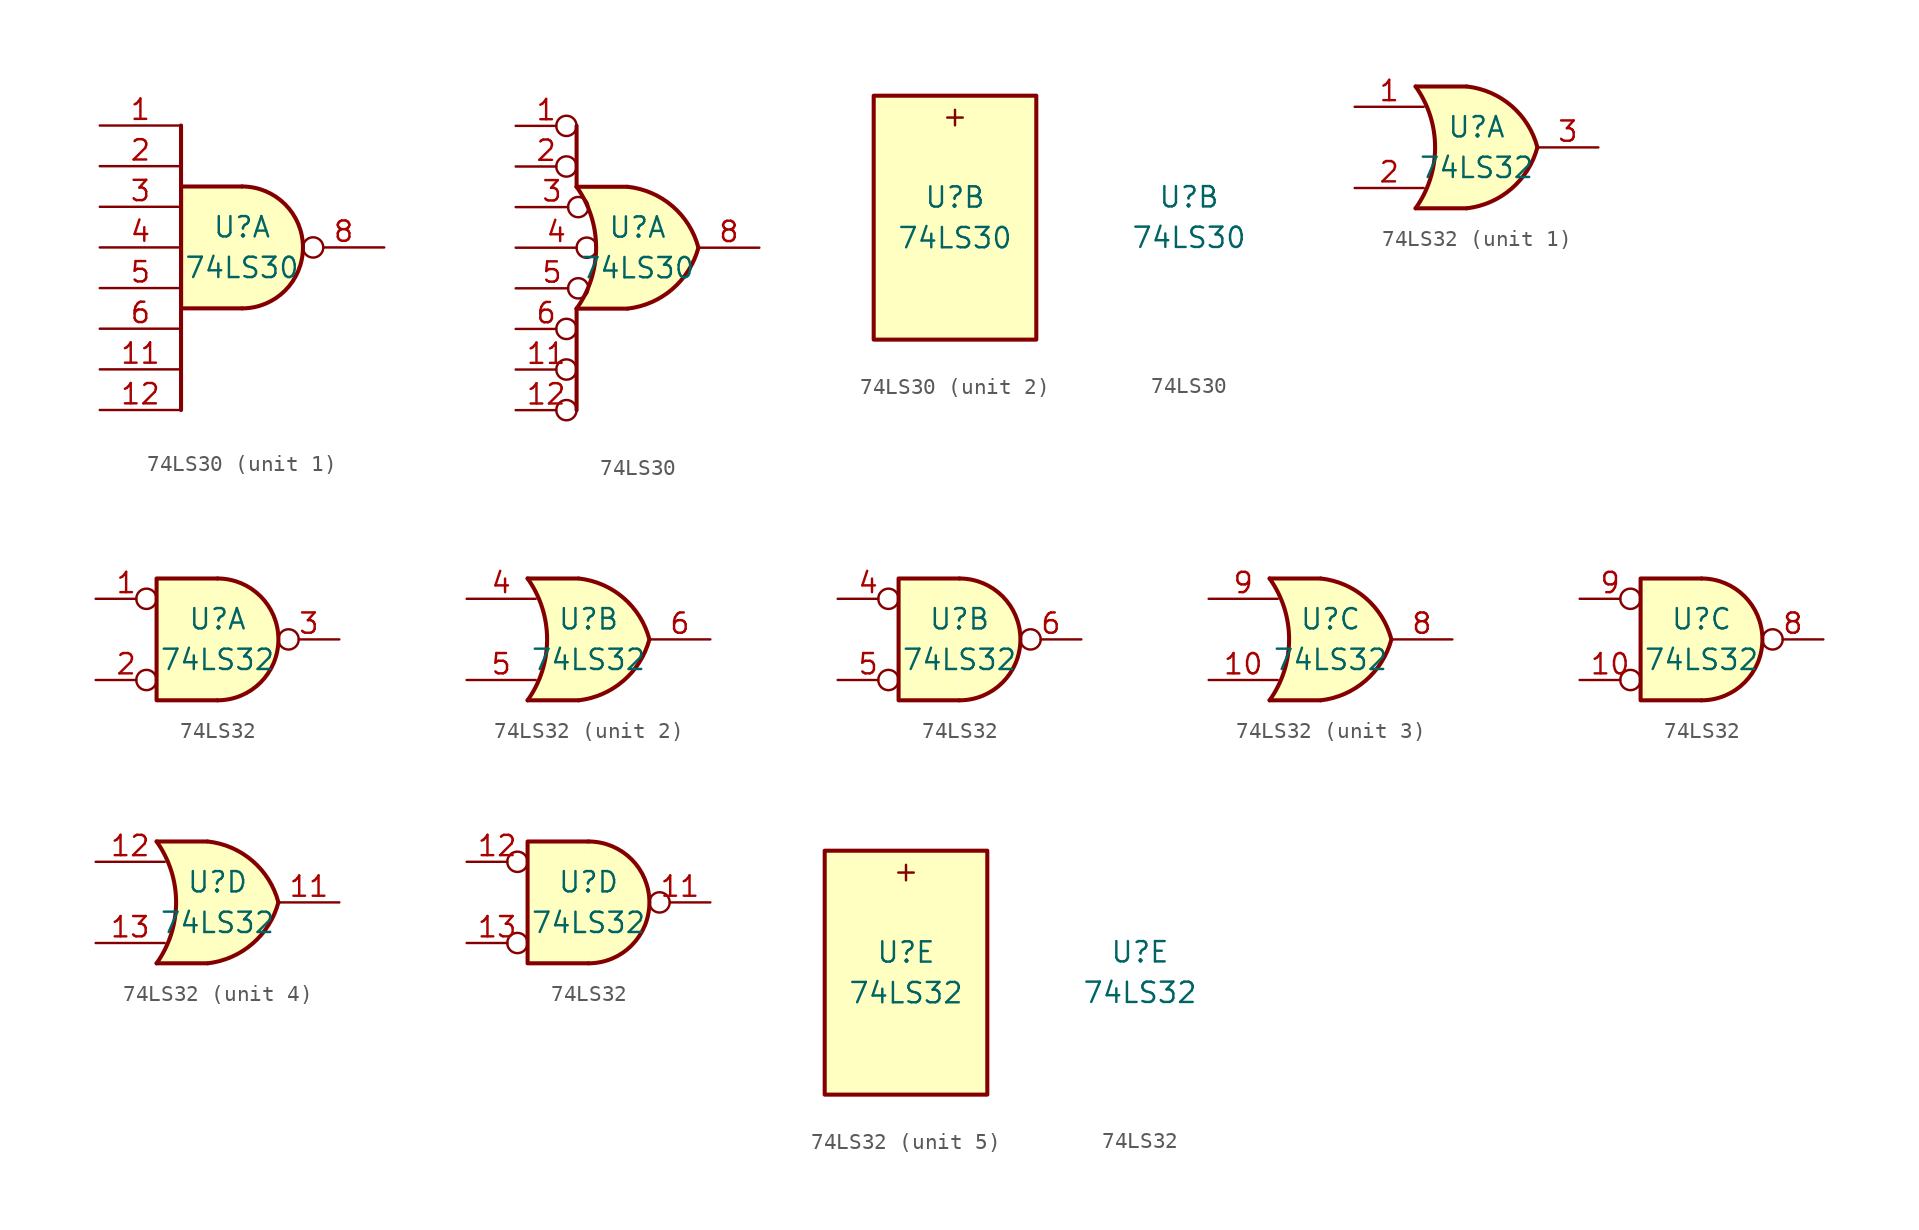
<source format=kicad_sym>
(kicad_symbol_lib
  (version 20231120)
  (generator "kicad_symbol_editor")
  (generator_version "8.0")
  (symbol "74LS30"
    (pin_names
      (offset 1.016))
    (property "Reference" "U"
      (at 0 1.27 0)
      (effects (font (size 1.27 1.27))))
    (property "Value" "74LS30"
      (at 0 -1.27 0)
      (effects (font (size 1.27 1.27))))
    (property "ki_locked" ""
      (at 0 0 0)
      (effects (font (size 1.27 1.27))))
    (symbol "74LS30_1_1"
      (arc (start 0 -3.81) (mid 3.7934 0) (end 0 3.81) (stroke (width 0.254) (type default)) (fill (type background)))
      (polyline (pts (xy -3.81 7.62) (xy -3.81 -10.16)) (stroke (width 0.254) (type default)) (fill (type none)))
      (polyline (pts (xy 0 3.81) (xy -3.81 3.81) (xy -3.81 -3.81) (xy 0 -3.81)) (stroke (width 0.254) (type default)) (fill (type background)))
      (pin input line (at -8.89 7.62 0) (length 5.08) (name "~" (effects (font (size 1.27 1.27)))) (number "1" (effects (font (size 1.27 1.27)))))
      (pin no_connect line (at 1.27 -7.62 180) (length 5.08) hide (name "" (effects (font (size 1.27 1.27)))) (number "10" (effects (font (size 1.27 1.27)))))
      (pin input line (at -8.89 -7.62 0) (length 5.08) (name "~" (effects (font (size 1.27 1.27)))) (number "11" (effects (font (size 1.27 1.27)))))
      (pin input line (at -8.89 -10.16 0) (length 5.08) (name "~" (effects (font (size 1.27 1.27)))) (number "12" (effects (font (size 1.27 1.27)))))
      (pin no_connect line (at 1.27 -10.16 180) (length 5.08) hide (name "" (effects (font (size 1.27 1.27)))) (number "13" (effects (font (size 1.27 1.27)))))
      (pin input line (at -8.89 5.08 0) (length 5.08) (name "~" (effects (font (size 1.27 1.27)))) (number "2" (effects (font (size 1.27 1.27)))))
      (pin input line (at -8.89 2.54 0) (length 5.08) (name "~" (effects (font (size 1.27 1.27)))) (number "3" (effects (font (size 1.27 1.27)))))
      (pin input line (at -8.89 0 0) (length 5.08) (name "~" (effects (font (size 1.27 1.27)))) (number "4" (effects (font (size 1.27 1.27)))))
      (pin input line (at -8.89 -2.54 0) (length 5.08) (name "~" (effects (font (size 1.27 1.27)))) (number "5" (effects (font (size 1.27 1.27)))))
      (pin input line (at -8.89 -5.08 0) (length 5.08) (name "~" (effects (font (size 1.27 1.27)))) (number "6" (effects (font (size 1.27 1.27)))))
      (pin output inverted (at 8.89 0 180) (length 5.08) (name "~" (effects (font (size 1.27 1.27)))) (number "8" (effects (font (size 1.27 1.27)))))
      (pin no_connect line (at 1.27 -5.08 180) (length 5.08) hide (name "" (effects (font (size 1.27 1.27)))) (number "9" (effects (font (size 1.27 1.27))))))
    (symbol "74LS30_1_2"
      (arc (start -3.81 -3.81) (mid -2.589 0) (end -3.81 3.81) (stroke (width 0.254) (type default)) (fill (type none)))
      (arc (start -0.6096 -3.81) (mid 2.1842 -2.5851) (end 3.81 0) (stroke (width 0.254) (type default)) (fill (type background)))
      (polyline (pts (xy -3.81 -3.81) (xy -3.81 -10.16)) (stroke (width 0.254) (type default)) (fill (type none)))
      (polyline (pts (xy -3.81 -3.81) (xy -0.635 -3.81)) (stroke (width 0.254) (type default)) (fill (type background)))
      (polyline (pts (xy -3.81 3.81) (xy -0.635 3.81)) (stroke (width 0.254) (type default)) (fill (type background)))
      (polyline (pts (xy -3.81 7.62) (xy -3.81 3.81)) (stroke (width 0.254) (type default)) (fill (type none)))
      (polyline (pts (xy -0.635 3.81) (xy -3.81 3.81) (xy -3.81 3.81) (xy -3.556 3.404) (xy -3.023 2.261) (xy -2.692 1.041) (xy -2.616 -0.254) (xy -2.769 -1.499) (xy -3.175 -2.718) (xy -3.81 -3.81) (xy -3.81 -3.81) (xy -0.635 -3.81)) (stroke (width -25.4) (type default)) (fill (type background)))
      (arc (start 3.81 0) (mid 2.1915 2.5936) (end -0.6096 3.81) (stroke (width 0.254) (type default)) (fill (type background)))
      (pin input inverted (at -7.62 7.62 0) (length 3.81) (name "~" (effects (font (size 1.27 1.27)))) (number "1" (effects (font (size 1.27 1.27)))))
      (pin input inverted (at -7.62 -7.62 0) (length 3.81) (name "~" (effects (font (size 1.27 1.27)))) (number "11" (effects (font (size 1.27 1.27)))))
      (pin input inverted (at -7.62 -10.16 0) (length 3.81) (name "~" (effects (font (size 1.27 1.27)))) (number "12" (effects (font (size 1.27 1.27)))))
      (pin input inverted (at -7.62 5.08 0) (length 3.81) (name "~" (effects (font (size 1.27 1.27)))) (number "2" (effects (font (size 1.27 1.27)))))
      (pin input inverted (at -7.62 2.54 0) (length 4.547) (name "~" (effects (font (size 1.27 1.27)))) (number "3" (effects (font (size 1.27 1.27)))))
      (pin input inverted (at -7.62 0 0) (length 5.08) (name "~" (effects (font (size 1.27 1.27)))) (number "4" (effects (font (size 1.27 1.27)))))
      (pin input inverted (at -7.62 -2.54 0) (length 4.547) (name "~" (effects (font (size 1.27 1.27)))) (number "5" (effects (font (size 1.27 1.27)))))
      (pin input inverted (at -7.62 -5.08 0) (length 3.81) (name "~" (effects (font (size 1.27 1.27)))) (number "6" (effects (font (size 1.27 1.27)))))
      (pin output line (at 7.62 0 180) (length 3.81) (name "~" (effects (font (size 1.27 1.27)))) (number "8" (effects (font (size 1.27 1.27))))))
    (symbol "74LS30_2_0"
      (pin power_in line (at 0 7.62 270) (length 5.08) hide (name "VCC" (effects (font (size 1.27 1.27)))) (number "14" (effects (font (size 1.27 1.27)))))
      (pin power_in line (at 0 -7.62 90) (length 5.08) hide (name "GND" (effects (font (size 1.27 1.27)))) (number "7" (effects (font (size 1.27 1.27))))))
    (symbol "74LS30_2_1"
      (rectangle (start -5.08 7.62) (end 5.08 -7.62) (stroke (width 0.254) (type default)) (fill (type background)))
      (text "+" (at 0 6.35 0) (effects (font (size 1.27 1.27))))))
  (symbol "74LS32"
    (pin_names
      (offset 1.016))
    (property "Reference" "U"
      (at 0 1.27 0)
      (effects (font (size 1.27 1.27))))
    (property "Value" "74LS32"
      (at 0 -1.27 0)
      (effects (font (size 1.27 1.27))))
    (property "ki_locked" ""
      (at 0 0 0)
      (effects (font (size 1.27 1.27))))
    (symbol "74LS32_1_1"
      (arc (start -3.81 -3.81) (mid -2.589 0) (end -3.81 3.81) (stroke (width 0.254) (type default)) (fill (type none)))
      (arc (start -0.6096 -3.81) (mid 2.1842 -2.5851) (end 3.81 0) (stroke (width 0.254) (type default)) (fill (type background)))
      (polyline (pts (xy -3.81 -3.81) (xy -0.635 -3.81)) (stroke (width 0.254) (type default)) (fill (type background)))
      (polyline (pts (xy -3.81 3.81) (xy -0.635 3.81)) (stroke (width 0.254) (type default)) (fill (type background)))
      (polyline (pts (xy -0.635 3.81) (xy -3.81 3.81) (xy -3.81 3.81) (xy -3.556 3.404) (xy -3.023 2.261) (xy -2.692 1.041) (xy -2.616 -0.254) (xy -2.769 -1.499) (xy -3.175 -2.718) (xy -3.81 -3.81) (xy -3.81 -3.81) (xy -0.635 -3.81)) (stroke (width -25.4) (type default)) (fill (type background)))
      (arc (start 3.81 0) (mid 2.1915 2.5936) (end -0.6096 3.81) (stroke (width 0.254) (type default)) (fill (type background)))
      (pin input line (at -7.62 2.54 0) (length 4.318) (name "~" (effects (font (size 1.27 1.27)))) (number "1" (effects (font (size 1.27 1.27)))))
      (pin input line (at -7.62 -2.54 0) (length 4.318) (name "~" (effects (font (size 1.27 1.27)))) (number "2" (effects (font (size 1.27 1.27)))))
      (pin output line (at 7.62 0 180) (length 3.81) (name "~" (effects (font (size 1.27 1.27)))) (number "3" (effects (font (size 1.27 1.27))))))
    (symbol "74LS32_1_2"
      (arc (start 0 -3.81) (mid 3.7934 0) (end 0 3.81) (stroke (width 0.254) (type default)) (fill (type background)))
      (polyline (pts (xy 0 3.81) (xy -3.81 3.81) (xy -3.81 -3.81) (xy 0 -3.81)) (stroke (width 0.254) (type default)) (fill (type background)))
      (pin input inverted (at -7.62 2.54 0) (length 3.81) (name "~" (effects (font (size 1.27 1.27)))) (number "1" (effects (font (size 1.27 1.27)))))
      (pin input inverted (at -7.62 -2.54 0) (length 3.81) (name "~" (effects (font (size 1.27 1.27)))) (number "2" (effects (font (size 1.27 1.27)))))
      (pin output inverted (at 7.62 0 180) (length 3.81) (name "~" (effects (font (size 1.27 1.27)))) (number "3" (effects (font (size 1.27 1.27))))))
    (symbol "74LS32_2_1"
      (arc (start -3.81 -3.81) (mid -2.589 0) (end -3.81 3.81) (stroke (width 0.254) (type default)) (fill (type none)))
      (arc (start -0.6096 -3.81) (mid 2.1842 -2.5851) (end 3.81 0) (stroke (width 0.254) (type default)) (fill (type background)))
      (polyline (pts (xy -3.81 -3.81) (xy -0.635 -3.81)) (stroke (width 0.254) (type default)) (fill (type background)))
      (polyline (pts (xy -3.81 3.81) (xy -0.635 3.81)) (stroke (width 0.254) (type default)) (fill (type background)))
      (polyline (pts (xy -0.635 3.81) (xy -3.81 3.81) (xy -3.81 3.81) (xy -3.556 3.404) (xy -3.023 2.261) (xy -2.692 1.041) (xy -2.616 -0.254) (xy -2.769 -1.499) (xy -3.175 -2.718) (xy -3.81 -3.81) (xy -3.81 -3.81) (xy -0.635 -3.81)) (stroke (width -25.4) (type default)) (fill (type background)))
      (arc (start 3.81 0) (mid 2.1915 2.5936) (end -0.6096 3.81) (stroke (width 0.254) (type default)) (fill (type background)))
      (pin input line (at -7.62 2.54 0) (length 4.318) (name "~" (effects (font (size 1.27 1.27)))) (number "4" (effects (font (size 1.27 1.27)))))
      (pin input line (at -7.62 -2.54 0) (length 4.318) (name "~" (effects (font (size 1.27 1.27)))) (number "5" (effects (font (size 1.27 1.27)))))
      (pin output line (at 7.62 0 180) (length 3.81) (name "~" (effects (font (size 1.27 1.27)))) (number "6" (effects (font (size 1.27 1.27))))))
    (symbol "74LS32_2_2"
      (arc (start 0 -3.81) (mid 3.7934 0) (end 0 3.81) (stroke (width 0.254) (type default)) (fill (type background)))
      (polyline (pts (xy 0 3.81) (xy -3.81 3.81) (xy -3.81 -3.81) (xy 0 -3.81)) (stroke (width 0.254) (type default)) (fill (type background)))
      (pin input inverted (at -7.62 2.54 0) (length 3.81) (name "~" (effects (font (size 1.27 1.27)))) (number "4" (effects (font (size 1.27 1.27)))))
      (pin input inverted (at -7.62 -2.54 0) (length 3.81) (name "~" (effects (font (size 1.27 1.27)))) (number "5" (effects (font (size 1.27 1.27)))))
      (pin output inverted (at 7.62 0 180) (length 3.81) (name "~" (effects (font (size 1.27 1.27)))) (number "6" (effects (font (size 1.27 1.27))))))
    (symbol "74LS32_3_1"
      (arc (start -3.81 -3.81) (mid -2.589 0) (end -3.81 3.81) (stroke (width 0.254) (type default)) (fill (type none)))
      (arc (start -0.6096 -3.81) (mid 2.1842 -2.5851) (end 3.81 0) (stroke (width 0.254) (type default)) (fill (type background)))
      (polyline (pts (xy -3.81 -3.81) (xy -0.635 -3.81)) (stroke (width 0.254) (type default)) (fill (type background)))
      (polyline (pts (xy -3.81 3.81) (xy -0.635 3.81)) (stroke (width 0.254) (type default)) (fill (type background)))
      (polyline (pts (xy -0.635 3.81) (xy -3.81 3.81) (xy -3.81 3.81) (xy -3.556 3.404) (xy -3.023 2.261) (xy -2.692 1.041) (xy -2.616 -0.254) (xy -2.769 -1.499) (xy -3.175 -2.718) (xy -3.81 -3.81) (xy -3.81 -3.81) (xy -0.635 -3.81)) (stroke (width -25.4) (type default)) (fill (type background)))
      (arc (start 3.81 0) (mid 2.1915 2.5936) (end -0.6096 3.81) (stroke (width 0.254) (type default)) (fill (type background)))
      (pin input line (at -7.62 -2.54 0) (length 4.318) (name "~" (effects (font (size 1.27 1.27)))) (number "10" (effects (font (size 1.27 1.27)))))
      (pin output line (at 7.62 0 180) (length 3.81) (name "~" (effects (font (size 1.27 1.27)))) (number "8" (effects (font (size 1.27 1.27)))))
      (pin input line (at -7.62 2.54 0) (length 4.318) (name "~" (effects (font (size 1.27 1.27)))) (number "9" (effects (font (size 1.27 1.27))))))
    (symbol "74LS32_3_2"
      (arc (start 0 -3.81) (mid 3.7934 0) (end 0 3.81) (stroke (width 0.254) (type default)) (fill (type background)))
      (polyline (pts (xy 0 3.81) (xy -3.81 3.81) (xy -3.81 -3.81) (xy 0 -3.81)) (stroke (width 0.254) (type default)) (fill (type background)))
      (pin input inverted (at -7.62 -2.54 0) (length 3.81) (name "~" (effects (font (size 1.27 1.27)))) (number "10" (effects (font (size 1.27 1.27)))))
      (pin output inverted (at 7.62 0 180) (length 3.81) (name "~" (effects (font (size 1.27 1.27)))) (number "8" (effects (font (size 1.27 1.27)))))
      (pin input inverted (at -7.62 2.54 0) (length 3.81) (name "~" (effects (font (size 1.27 1.27)))) (number "9" (effects (font (size 1.27 1.27))))))
    (symbol "74LS32_4_1"
      (arc (start -3.81 -3.81) (mid -2.589 0) (end -3.81 3.81) (stroke (width 0.254) (type default)) (fill (type none)))
      (arc (start -0.6096 -3.81) (mid 2.1842 -2.5851) (end 3.81 0) (stroke (width 0.254) (type default)) (fill (type background)))
      (polyline (pts (xy -3.81 -3.81) (xy -0.635 -3.81)) (stroke (width 0.254) (type default)) (fill (type background)))
      (polyline (pts (xy -3.81 3.81) (xy -0.635 3.81)) (stroke (width 0.254) (type default)) (fill (type background)))
      (polyline (pts (xy -0.635 3.81) (xy -3.81 3.81) (xy -3.81 3.81) (xy -3.556 3.404) (xy -3.023 2.261) (xy -2.692 1.041) (xy -2.616 -0.254) (xy -2.769 -1.499) (xy -3.175 -2.718) (xy -3.81 -3.81) (xy -3.81 -3.81) (xy -0.635 -3.81)) (stroke (width -25.4) (type default)) (fill (type background)))
      (arc (start 3.81 0) (mid 2.1915 2.5936) (end -0.6096 3.81) (stroke (width 0.254) (type default)) (fill (type background)))
      (pin output line (at 7.62 0 180) (length 3.81) (name "~" (effects (font (size 1.27 1.27)))) (number "11" (effects (font (size 1.27 1.27)))))
      (pin input line (at -7.62 2.54 0) (length 4.318) (name "~" (effects (font (size 1.27 1.27)))) (number "12" (effects (font (size 1.27 1.27)))))
      (pin input line (at -7.62 -2.54 0) (length 4.318) (name "~" (effects (font (size 1.27 1.27)))) (number "13" (effects (font (size 1.27 1.27))))))
    (symbol "74LS32_4_2"
      (arc (start 0 -3.81) (mid 3.7934 0) (end 0 3.81) (stroke (width 0.254) (type default)) (fill (type background)))
      (polyline (pts (xy 0 3.81) (xy -3.81 3.81) (xy -3.81 -3.81) (xy 0 -3.81)) (stroke (width 0.254) (type default)) (fill (type background)))
      (pin output inverted (at 7.62 0 180) (length 3.81) (name "~" (effects (font (size 1.27 1.27)))) (number "11" (effects (font (size 1.27 1.27)))))
      (pin input inverted (at -7.62 2.54 0) (length 3.81) (name "~" (effects (font (size 1.27 1.27)))) (number "12" (effects (font (size 1.27 1.27)))))
      (pin input inverted (at -7.62 -2.54 0) (length 3.81) (name "~" (effects (font (size 1.27 1.27)))) (number "13" (effects (font (size 1.27 1.27))))))
    (symbol "74LS32_5_0"
      (pin power_in line (at 0 7.62 270) (length 5.08) hide (name "VCC" (effects (font (size 1.27 1.27)))) (number "14" (effects (font (size 1.27 1.27)))))
      (pin power_in line (at 0 -7.62 90) (length 5.08) hide (name "GND" (effects (font (size 1.27 1.27)))) (number "7" (effects (font (size 1.27 1.27))))))
    (symbol "74LS32_5_1"
      (rectangle (start -5.08 7.62) (end 5.08 -7.62) (stroke (width 0.254) (type default)) (fill (type background)))
      (text "+" (at 0 6.35 0) (effects (font (size 1.27 1.27)))))))
</source>
